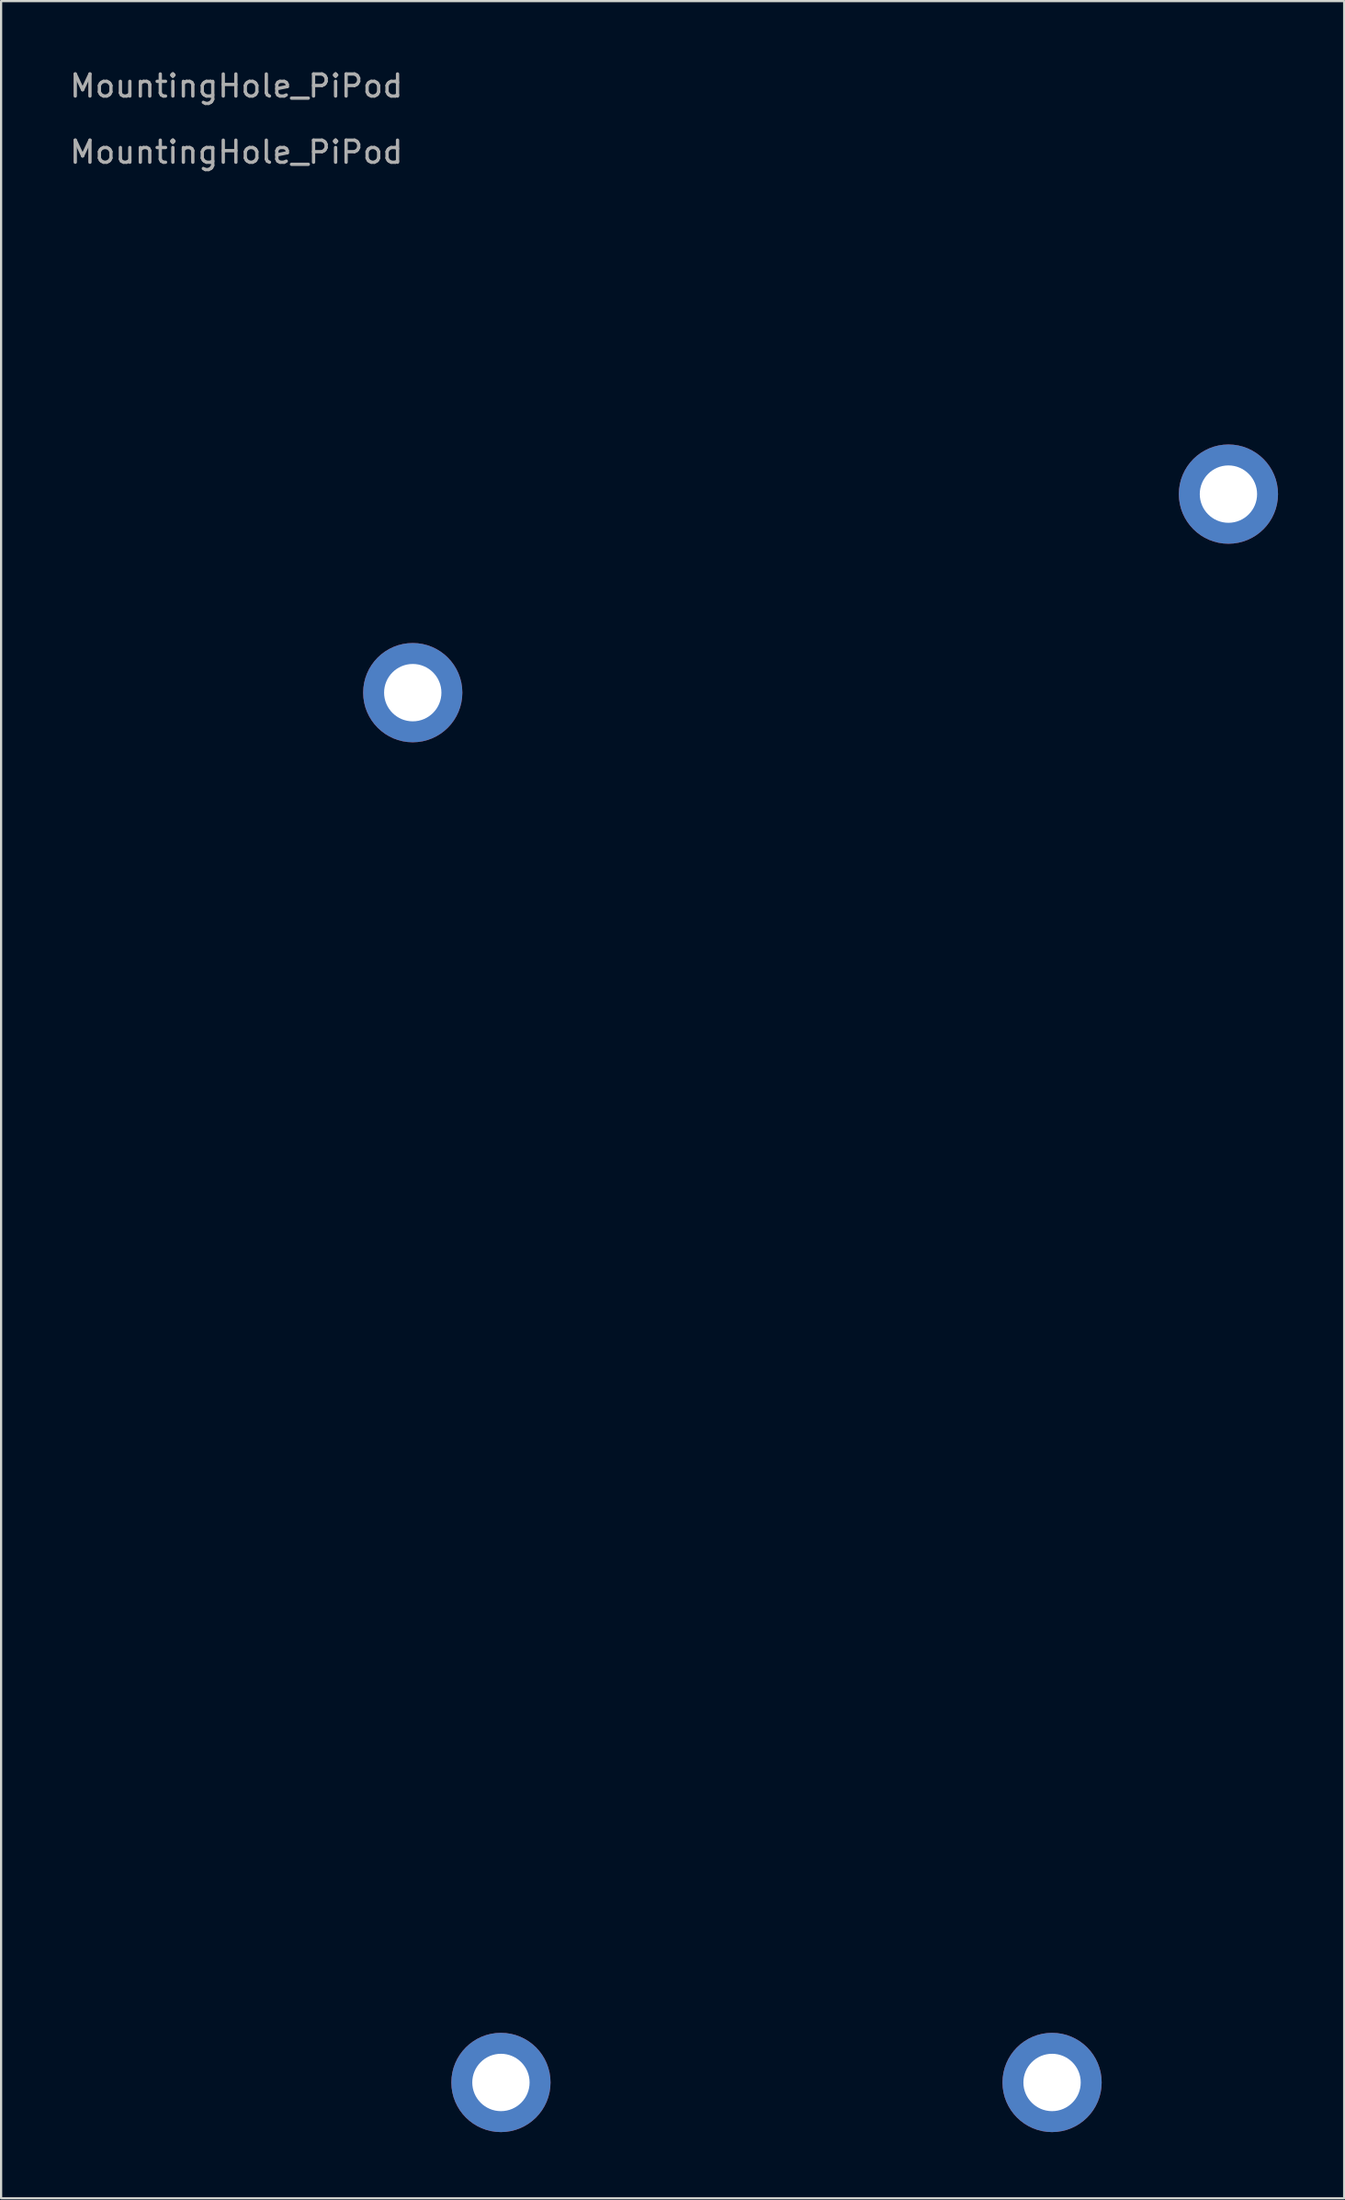
<source format=kicad_pcb>
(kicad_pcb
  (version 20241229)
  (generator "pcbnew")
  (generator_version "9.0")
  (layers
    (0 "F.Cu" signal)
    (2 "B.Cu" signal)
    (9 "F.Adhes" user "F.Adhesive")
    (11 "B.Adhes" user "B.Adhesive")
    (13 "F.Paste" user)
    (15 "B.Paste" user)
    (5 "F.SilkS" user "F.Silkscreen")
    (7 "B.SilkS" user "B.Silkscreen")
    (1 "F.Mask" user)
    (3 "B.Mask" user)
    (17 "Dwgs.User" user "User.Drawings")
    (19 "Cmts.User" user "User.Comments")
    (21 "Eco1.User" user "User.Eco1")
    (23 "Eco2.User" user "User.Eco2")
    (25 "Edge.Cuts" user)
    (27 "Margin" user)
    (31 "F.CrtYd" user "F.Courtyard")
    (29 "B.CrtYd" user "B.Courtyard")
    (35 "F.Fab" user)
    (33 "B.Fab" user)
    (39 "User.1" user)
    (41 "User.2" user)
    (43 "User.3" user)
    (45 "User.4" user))
  (footprint "MountingHole_PiPod"
    (layer "F.Cu")
    (at 7.673 1.348)
    (property "Reference" "MountingHole_PiPod" (at 0 -0.5 0) (unlocked yes) (layer "F.Fab") (effects (font (size 1 1) (thickness 0.15))))
    (attr smd)
    (fp_text user "${REFERENCE}" (at 0 2.5 0) (unlocked yes) (layer "F.Fab") (effects (font (size 1 1) (thickness 0.15))))
    (pad "1" thru_hole circle (at 8 27) (size 4.5 4.5) (drill 2.6) (layers "*.Cu" "*.Mask"))
    (pad "2" thru_hole circle (at 45 18) (size 4.5 4.5) (drill 2.6) (layers "*.Cu" "*.Mask"))
    (pad "3" thru_hole circle (at 12 90) (size 4.5 4.5) (drill 2.6) (layers "*.Cu" "*.Mask"))
    (pad "4" thru_hole circle (at 37 90) (size 4.5 4.5) (drill 2.6) (layers "*.Cu" "*.Mask")))
  (gr_rect
    (start -3 -3)
    (end 57.923 96.598)
    (stroke (width 0.1) (type default))
    (fill no)
    (layer "Edge.Cuts")))
</source>
